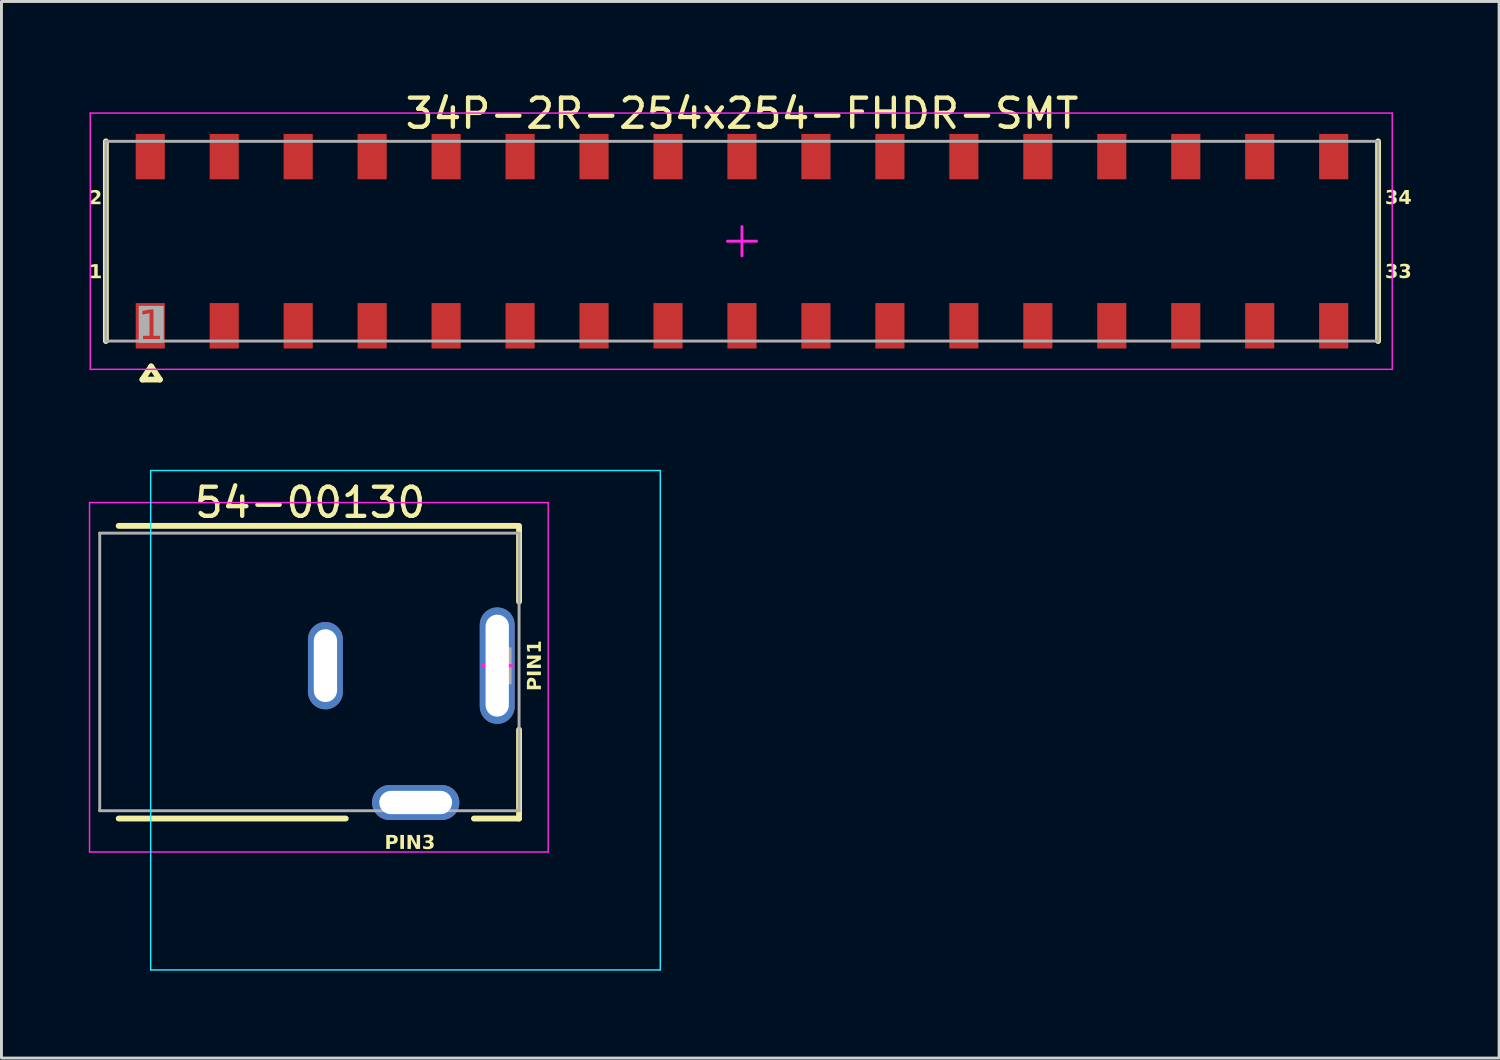
<source format=kicad_pcb>
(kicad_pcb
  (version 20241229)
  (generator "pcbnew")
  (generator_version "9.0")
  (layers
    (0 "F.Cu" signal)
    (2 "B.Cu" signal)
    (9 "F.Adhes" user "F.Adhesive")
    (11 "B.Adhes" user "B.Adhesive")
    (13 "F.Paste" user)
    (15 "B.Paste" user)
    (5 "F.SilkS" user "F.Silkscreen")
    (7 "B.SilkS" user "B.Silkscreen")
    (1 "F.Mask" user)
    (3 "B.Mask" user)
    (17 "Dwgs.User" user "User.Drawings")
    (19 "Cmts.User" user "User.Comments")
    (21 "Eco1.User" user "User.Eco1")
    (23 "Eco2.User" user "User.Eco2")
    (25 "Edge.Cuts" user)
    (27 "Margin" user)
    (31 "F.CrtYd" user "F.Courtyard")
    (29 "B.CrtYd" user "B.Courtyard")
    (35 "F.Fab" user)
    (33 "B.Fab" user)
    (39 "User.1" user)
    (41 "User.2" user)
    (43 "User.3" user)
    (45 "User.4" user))
  (footprint "54-00130"
    (layer "F.Cu")
    (at 14.025 19.809)
    (property "Reference" "54-00130" (at -6.425 -5.6 0) (layer "F.SilkS") (effects (font (size 1 1) (thickness 0.15))))
    (fp_line (start -13 -4.8) (end 0.7 -4.8) (stroke (width 0.2) (type solid)) (layer "F.SilkS"))
    (fp_line (start -13 5.25) (end -5.2 5.25) (stroke (width 0.2) (type solid)) (layer "F.SilkS"))
    (fp_line (start -0.8 5.25) (end 0.75 5.25) (stroke (width 0.2) (type solid)) (layer "F.SilkS"))
    (fp_line (start 0.75 -2.2) (end 0.75 -4.8) (stroke (width 0.2) (type solid)) (layer "F.SilkS"))
    (fp_line (start 0.75 5.25) (end 0.75 2.2) (stroke (width 0.2) (type solid)) (layer "F.SilkS"))
    (fp_line (start -11.9 -6.7) (end 5.6 -6.7) (stroke (width 0.05) (type solid)) (layer "B.CrtYd"))
    (fp_line (start -11.9 10.45) (end -11.9 -6.7) (stroke (width 0.05) (type solid)) (layer "B.CrtYd"))
    (fp_line (start -11.9 10.45) (end 5.6 10.45) (stroke (width 0.05) (type solid)) (layer "B.CrtYd"))
    (fp_line (start 5.6 10.45) (end 5.6 -6.7) (stroke (width 0.05) (type solid)) (layer "B.CrtYd"))
    (fp_line (start -14 -5.6) (end 1.75 -5.6) (stroke (width 0.05) (type solid)) (layer "F.CrtYd"))
    (fp_line (start -14 6.4) (end -14 -5.6) (stroke (width 0.05) (type solid)) (layer "F.CrtYd"))
    (fp_line (start -14 6.4) (end 1.75 6.4) (stroke (width 0.05) (type solid)) (layer "F.CrtYd"))
    (fp_line (start -0.5 0) (end 0.5 0) (stroke (width 0.1) (type solid)) (layer "F.CrtYd"))
    (fp_line (start -0.475 0) (end 0.475 0) (stroke (width 0.1) (type solid)) (layer "F.CrtYd"))
    (fp_line (start 0 0.475) (end 0 -0.475) (stroke (width 0.1) (type solid)) (layer "F.CrtYd"))
    (fp_line (start 0 0.5) (end 0 -0.5) (stroke (width 0.1) (type solid)) (layer "F.CrtYd"))
    (fp_line (start 1.75 6.4) (end 1.75 -5.6) (stroke (width 0.05) (type solid)) (layer "F.CrtYd"))
    (fp_line (start -13.65 -4.55) (end 0.75 -4.55) (stroke (width 0.1) (type solid)) (layer "F.Fab"))
    (fp_line (start -13.65 4.982) (end -13.65 -4.55) (stroke (width 0.1) (type solid)) (layer "F.Fab"))
    (fp_line (start -13.65 4.982) (end 0.75 4.982) (stroke (width 0.1) (type solid)) (layer "F.Fab"))
    (fp_line (start 0.75 4.982) (end 0.75 -4.55) (stroke (width 0.1) (type solid)) (layer "F.Fab"))
    (fp_text user "PIN1" (at 1.58 -0.000005 90) (unlocked yes) (layer "F.SilkS") (effects (font (face "Arial Black") (size 0.472 0.472) (thickness 0.1)) (justify bottom)))
    (fp_text user "PIN3" (at -3 6.374 0) (unlocked yes) (layer "F.SilkS") (effects (font (face "Arial Black") (size 0.472 0.472) (thickness 0.1)) (justify bottom)))
    (fp_text user "1" (at 0.05 0.1 0) (unlocked yes) (layer "F.Fab" knockout) (effects (font (face "Arial") (size 1 1) (thickness 0.254))))
    (pad "1" thru_hole oval (at 0 0 90) (size 4 1.2) (drill oval 3.5 0.8) (layers "*.Cu" "*.Mask"))
    (pad "2" thru_hole oval (at -5.9 0 90) (size 3 1.2) (drill oval 2.5 0.8) (layers "*.Cu" "*.Mask"))
    (pad "3" thru_hole oval (at -2.8 4.7 180) (size 3 1.2) (drill oval 2.5 0.8) (layers "*.Cu" "*.Mask")))
  (footprint "34P-2R-254x254-FHDR-SMT"
    (layer "F.Cu")
    (at 22.43 5.233)
    (property "Reference" "34P-2R-254x254-FHDR-SMT" (at 0 -4.385 0) (layer "F.SilkS") (effects (font (size 1 1) (thickness 0.15))))
    (fp_line (start -21.844 3.429) (end -21.844 -3.429) (stroke (width 0.2) (type solid)) (layer "F.SilkS"))
    (fp_line (start -20.59 4.751) (end -20.29 4.301) (stroke (width 0.2) (type solid)) (layer "F.SilkS"))
    (fp_line (start -20.59 4.751) (end -19.99 4.751) (stroke (width 0.2) (type solid)) (layer "F.SilkS"))
    (fp_line (start -20.29 4.301) (end -19.99 4.751) (stroke (width 0.2) (type solid)) (layer "F.SilkS"))
    (fp_line (start 21.844 3.429) (end 21.844 -3.429) (stroke (width 0.2) (type solid)) (layer "F.SilkS"))
    (fp_line (start -22.38 -4.4) (end 22.33 -4.4) (stroke (width 0.05) (type solid)) (layer "F.CrtYd"))
    (fp_line (start -22.38 4.4) (end -22.38 -4.4) (stroke (width 0.05) (type solid)) (layer "F.CrtYd"))
    (fp_line (start -22.38 4.4) (end 22.33 4.4) (stroke (width 0.05) (type solid)) (layer "F.CrtYd"))
    (fp_line (start -0.5 0) (end 0.5 0) (stroke (width 0.1) (type solid)) (layer "F.CrtYd"))
    (fp_line (start 0 0.5) (end 0 -0.5) (stroke (width 0.1) (type solid)) (layer "F.CrtYd"))
    (fp_line (start 22.33 4.4) (end 22.33 -4.4) (stroke (width 0.05) (type solid)) (layer "F.CrtYd"))
    (fp_line (start -21.844 -3.429) (end 21.844 -3.429) (stroke (width 0.1) (type solid)) (layer "F.Fab"))
    (fp_line (start -21.844 3.429) (end -21.844 -3.429) (stroke (width 0.1) (type solid)) (layer "F.Fab"))
    (fp_line (start -21.844 3.429) (end 21.844 3.429) (stroke (width 0.1) (type solid)) (layer "F.Fab"))
    (fp_line (start 21.844 3.429) (end 21.844 -3.429) (stroke (width 0.1) (type solid)) (layer "F.Fab"))
    (fp_text user "34" (at 22.08 -1.196 0) (unlocked yes) (layer "F.SilkS") (effects (font (face "Arial Black") (size 0.472 0.472) (thickness 0.1)) (justify left bottom)))
    (fp_text user "1" (at -22.43 1.35 0) (unlocked yes) (layer "F.SilkS") (effects (font (face "Arial Black") (size 0.472 0.472) (thickness 0.1)) (justify left bottom)))
    (fp_text user "33" (at 22.08 1.344 0) (unlocked yes) (layer "F.SilkS") (effects (font (face "Arial Black") (size 0.472 0.472) (thickness 0.1)) (justify left bottom)))
    (fp_text user "2" (at -22.43 -1.19 0) (unlocked yes) (layer "F.SilkS") (effects (font (face "Arial Black") (size 0.472 0.472) (thickness 0.1)) (justify left bottom)))
    (fp_text user "1" (at -20.3 2.95 0) (unlocked yes) (layer "F.Fab" knockout) (effects (font (face "Arial") (size 1 1) (thickness 0.254))))
    (pad "1" smd rect (at -20.32 2.905 90) (size 1.56 1) (layers "F.Cu" "F.Mask" "F.Paste"))
    (pad "2" smd rect (at -20.32 -2.905 90) (size 1.56 1) (layers "F.Cu" "F.Mask" "F.Paste"))
    (pad "3" smd rect (at -17.78 2.905 90) (size 1.56 1) (layers "F.Cu" "F.Mask" "F.Paste"))
    (pad "4" smd rect (at -17.78 -2.905 90) (size 1.56 1) (layers "F.Cu" "F.Mask" "F.Paste"))
    (pad "5" smd rect (at -15.24 2.905 90) (size 1.56 1) (layers "F.Cu" "F.Mask" "F.Paste"))
    (pad "6" smd rect (at -15.24 -2.905 90) (size 1.56 1) (layers "F.Cu" "F.Mask" "F.Paste"))
    (pad "7" smd rect (at -12.7 2.905 90) (size 1.56 1) (layers "F.Cu" "F.Mask" "F.Paste"))
    (pad "8" smd rect (at -12.7 -2.905 90) (size 1.56 1) (layers "F.Cu" "F.Mask" "F.Paste"))
    (pad "9" smd rect (at -10.16 2.905 90) (size 1.56 1) (layers "F.Cu" "F.Mask" "F.Paste"))
    (pad "10" smd rect (at -10.16 -2.905 90) (size 1.56 1) (layers "F.Cu" "F.Mask" "F.Paste"))
    (pad "11" smd rect (at -7.62 2.905 90) (size 1.56 1) (layers "F.Cu" "F.Mask" "F.Paste"))
    (pad "12" smd rect (at -7.62 -2.905 90) (size 1.56 1) (layers "F.Cu" "F.Mask" "F.Paste"))
    (pad "13" smd rect (at -5.08 2.905 90) (size 1.56 1) (layers "F.Cu" "F.Mask" "F.Paste"))
    (pad "14" smd rect (at -5.08 -2.905 90) (size 1.56 1) (layers "F.Cu" "F.Mask" "F.Paste"))
    (pad "15" smd rect (at -2.54 2.905 90) (size 1.56 1) (layers "F.Cu" "F.Mask" "F.Paste"))
    (pad "16" smd rect (at -2.54 -2.905 90) (size 1.56 1) (layers "F.Cu" "F.Mask" "F.Paste"))
    (pad "17" smd rect (at 0 2.905 90) (size 1.56 1) (layers "F.Cu" "F.Mask" "F.Paste"))
    (pad "18" smd rect (at 0 -2.905 90) (size 1.56 1) (layers "F.Cu" "F.Mask" "F.Paste"))
    (pad "19" smd rect (at 2.54 2.905 90) (size 1.56 1) (layers "F.Cu" "F.Mask" "F.Paste"))
    (pad "20" smd rect (at 2.54 -2.905 90) (size 1.56 1) (layers "F.Cu" "F.Mask" "F.Paste"))
    (pad "21" smd rect (at 5.08 2.905 90) (size 1.56 1) (layers "F.Cu" "F.Mask" "F.Paste"))
    (pad "22" smd rect (at 5.08 -2.905 90) (size 1.56 1) (layers "F.Cu" "F.Mask" "F.Paste"))
    (pad "23" smd rect (at 7.62 2.905 90) (size 1.56 1) (layers "F.Cu" "F.Mask" "F.Paste"))
    (pad "24" smd rect (at 7.62 -2.905 90) (size 1.56 1) (layers "F.Cu" "F.Mask" "F.Paste"))
    (pad "25" smd rect (at 10.16 2.905 90) (size 1.56 1) (layers "F.Cu" "F.Mask" "F.Paste"))
    (pad "26" smd rect (at 10.16 -2.905 90) (size 1.56 1) (layers "F.Cu" "F.Mask" "F.Paste"))
    (pad "27" smd rect (at 12.7 2.905 90) (size 1.56 1) (layers "F.Cu" "F.Mask" "F.Paste"))
    (pad "28" smd rect (at 12.7 -2.905 90) (size 1.56 1) (layers "F.Cu" "F.Mask" "F.Paste"))
    (pad "29" smd rect (at 15.24 2.905 90) (size 1.56 1) (layers "F.Cu" "F.Mask" "F.Paste"))
    (pad "30" smd rect (at 15.24 -2.905 90) (size 1.56 1) (layers "F.Cu" "F.Mask" "F.Paste"))
    (pad "31" smd rect (at 17.78 2.905 90) (size 1.56 1) (layers "F.Cu" "F.Mask" "F.Paste"))
    (pad "32" smd rect (at 17.78 -2.905 90) (size 1.56 1) (layers "F.Cu" "F.Mask" "F.Paste"))
    (pad "33" smd rect (at 20.32 2.905 90) (size 1.56 1) (layers "F.Cu" "F.Mask" "F.Paste"))
    (pad "34" smd rect (at 20.32 -2.905 90) (size 1.56 1) (layers "F.Cu" "F.Mask" "F.Paste")))
  (gr_rect
    (start -3 -3)
    (end 48.43 33.284)
    (stroke (width 0.1) (type default))
    (fill no)
    (layer "Edge.Cuts")))
</source>
